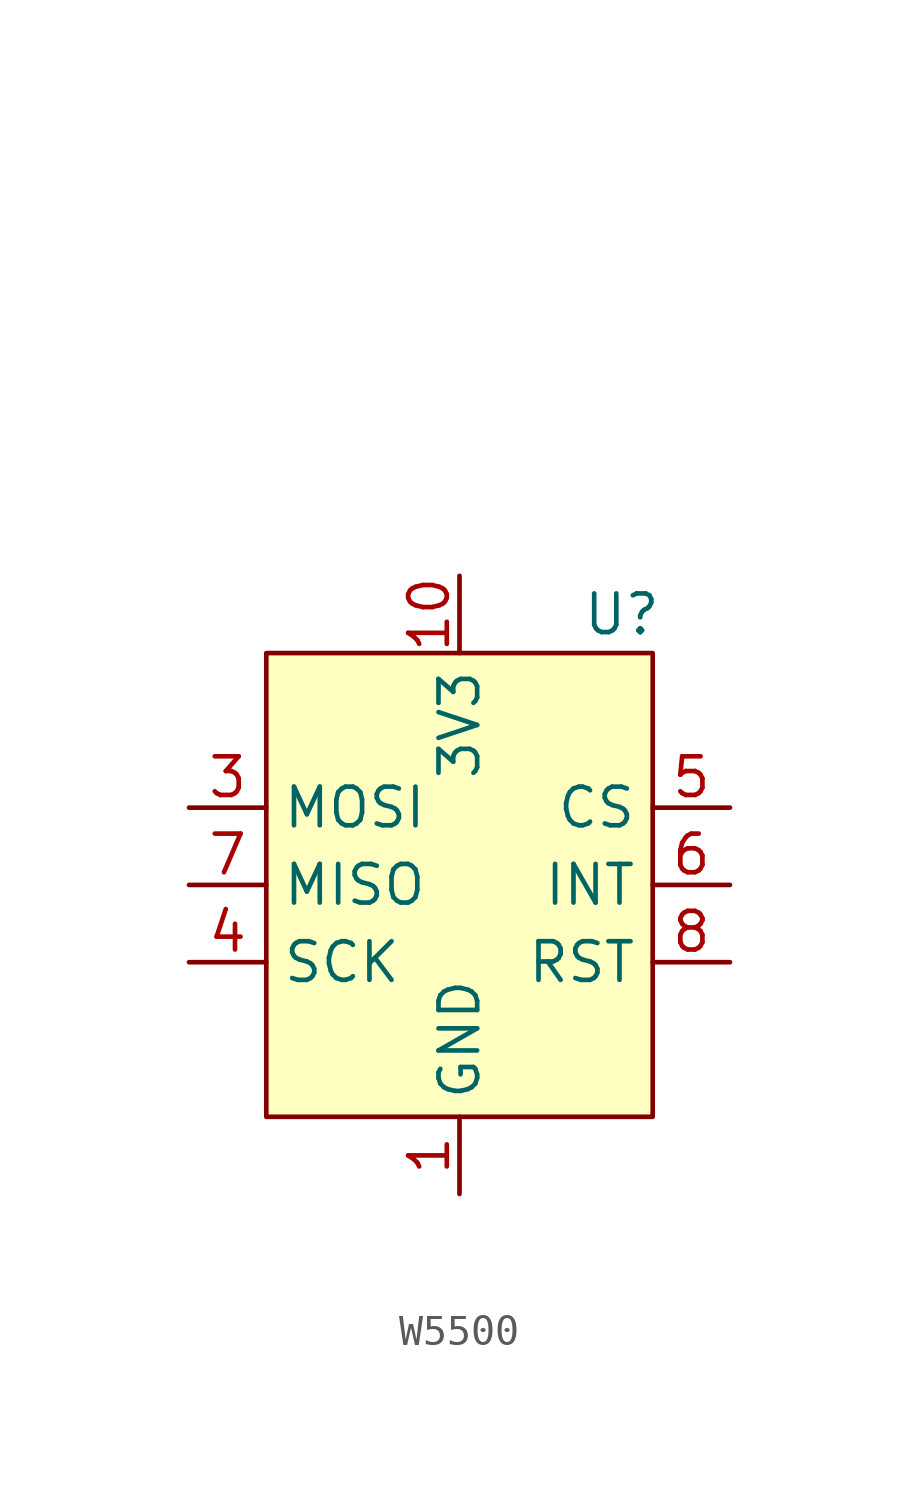
<source format=kicad_sym>
(kicad_symbol_lib
  (version 20231120)
  (generator "kicad_symbol_editor")
  (generator_version "8.0")
  (symbol "W5500"
    (property "Reference" "U"
      (at 5.334 8.89 0)
      (effects (font (size 1.27 1.27))))
    (property "Value" ""
      (at -4.318 21.59 0)
      (effects (font (size 1.27 1.27))))
    (symbol "W5500_0_0"
      (pin power_in line (at 0 -10.16 90) (length 2.54) (name "GND" (effects (font (size 1.27 1.27)))) (number "1" (effects (font (size 1.27 1.27)))))
      (pin power_in line (at 0 10.16 270) (length 2.54) (name "3V3" (effects (font (size 1.27 1.27)))) (number "10" (effects (font (size 1.27 1.27)))))
      (pin input line (at -8.89 2.54 0) (length 2.54) (name "MOSI" (effects (font (size 1.27 1.27)))) (number "3" (effects (font (size 1.27 1.27)))))
      (pin input line (at -8.89 -2.54 0) (length 2.54) (name "SCK" (effects (font (size 1.27 1.27)))) (number "4" (effects (font (size 1.27 1.27)))))
      (pin input line (at 8.89 2.54 180) (length 2.54) (name "CS" (effects (font (size 1.27 1.27)))) (number "5" (effects (font (size 1.27 1.27)))))
      (pin output line (at 8.89 0 180) (length 2.54) (name "INT" (effects (font (size 1.27 1.27)))) (number "6" (effects (font (size 1.27 1.27)))))
      (pin output line (at -8.89 0 0) (length 2.54) (name "MISO" (effects (font (size 1.27 1.27)))) (number "7" (effects (font (size 1.27 1.27)))))
      (pin input line (at 8.89 -2.54 180) (length 2.54) (name "RST" (effects (font (size 1.27 1.27)))) (number "8" (effects (font (size 1.27 1.27))))))
    (symbol "W5500_1_0"
      (pin power_in line (at 0 10.16 270) (length 2.54) hide (name "3V3" (effects (font (size 1.27 1.27)))) (number "11" (effects (font (size 1.27 1.27)))))
      (pin power_in line (at 0 -10.16 90) (length 2.54) hide (name "GND" (effects (font (size 1.27 1.27)))) (number "12" (effects (font (size 1.27 1.27)))))
      (pin power_in line (at 0 -10.16 90) (length 2.54) hide (name "GND" (effects (font (size 1.27 1.27)))) (number "2" (effects (font (size 1.27 1.27)))))
      (pin no_connect line (at 0 -1.27 0) (length 2.54) hide (name "NC" (effects (font (size 1.27 1.27)))) (number "9" (effects (font (size 1.27 1.27))))))
    (symbol "W5500_1_1"
      (rectangle (start -6.35 7.62) (end 6.35 -7.62) (stroke (width 0) (type default)) (fill (type background))))))
</source>
